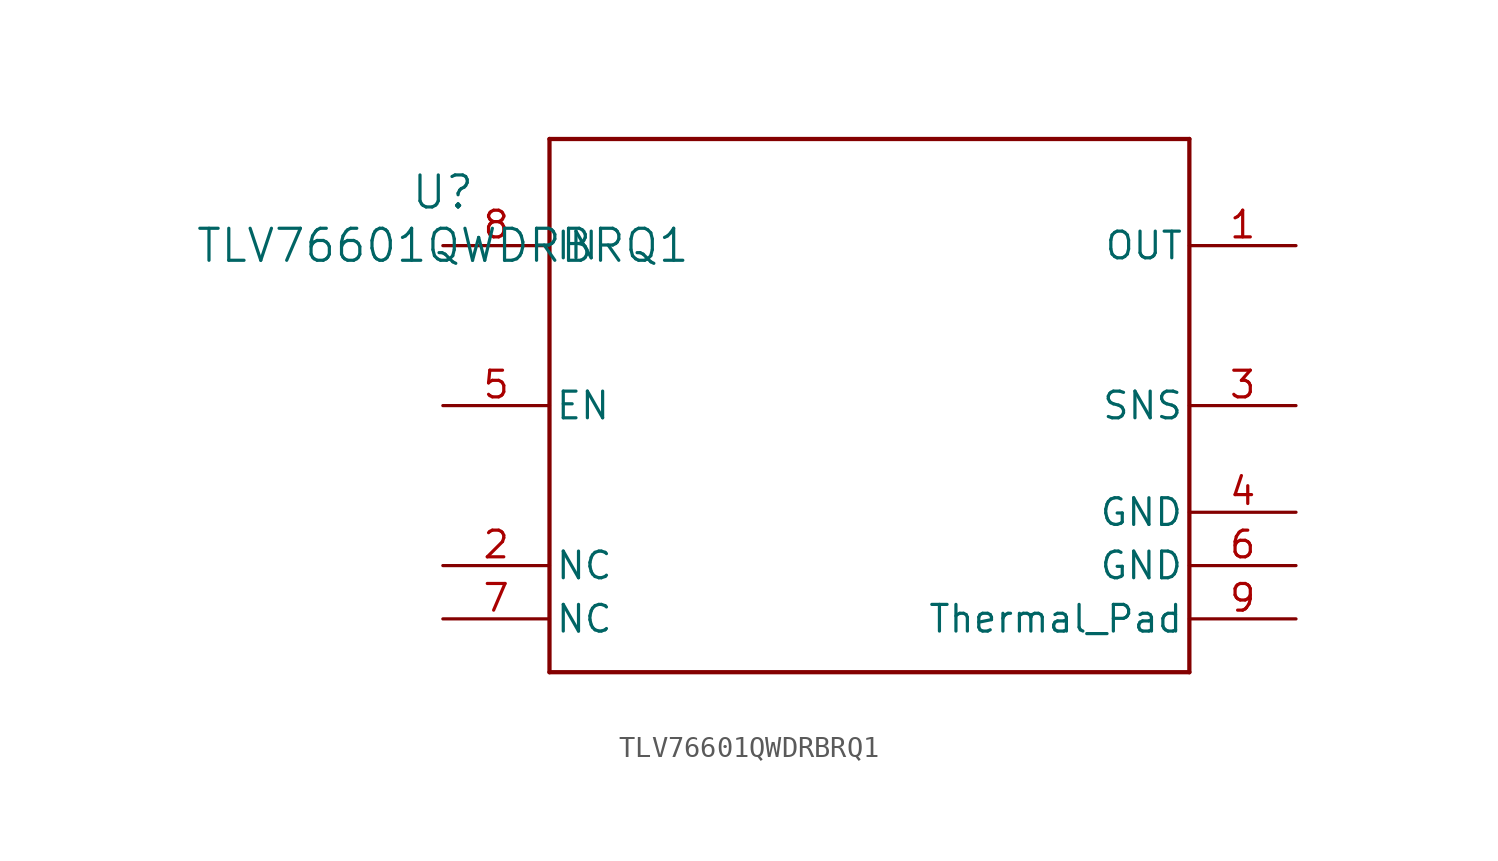
<source format=kicad_sym>
(kicad_symbol_lib
  (version 20211014)
  (generator kicad_symbol_editor)
  (symbol "TLV76601QWDRBRQ1"
    (pin_names
      (offset 0.254))
    (property "Reference" "U"
      (at 0 2.54 0)
      (effects (font (size 1.524 1.524))))
    (property "Value" "TLV76601QWDRBRQ1"
      (at 0 0 0)
      (effects (font (size 1.524 1.524))))
    (symbol "TLV76601QWDRBRQ1_0_1"
      (polyline (pts (xy 5.08 -20.32) (xy 35.56 -20.32)) (stroke (width 0.203) (type default) (color 0 0 0 0)) (fill (type none)))
      (polyline (pts (xy 35.56 -20.32) (xy 35.56 5.08)) (stroke (width 0.203) (type default) (color 0 0 0 0)) (fill (type none)))
      (polyline (pts (xy 35.56 5.08) (xy 5.08 5.08)) (stroke (width 0.203) (type default) (color 0 0 0 0)) (fill (type none)))
      (polyline (pts (xy 5.08 5.08) (xy 5.08 -20.32)) (stroke (width 0.203) (type default) (color 0 0 0 0)) (fill (type none)))
      (pin power_in line (at 40.64 0 180) (length 5.08) (name "OUT" (effects (font (size 1.27 1.27)))) (number "1" (effects (font (size 1.27 1.27)))))
      (pin unspecified line (at 0 -15.24 0) (length 5.08) (name "NC" (effects (font (size 1.27 1.27)))) (number "2" (effects (font (size 1.27 1.27)))))
      (pin unspecified line (at 40.64 -7.62 180) (length 5.08) (name "SNS" (effects (font (size 1.27 1.27)))) (number "3" (effects (font (size 1.27 1.27)))))
      (pin power_in line (at 40.64 -12.7 180) (length 5.08) (name "GND" (effects (font (size 1.27 1.27)))) (number "4" (effects (font (size 1.27 1.27)))))
      (pin input line (at 0 -7.62 0) (length 5.08) (name "EN" (effects (font (size 1.27 1.27)))) (number "5" (effects (font (size 1.27 1.27)))))
      (pin power_in line (at 40.64 -15.24 180) (length 5.08) (name "GND" (effects (font (size 1.27 1.27)))) (number "6" (effects (font (size 1.27 1.27)))))
      (pin unspecified line (at 0 -17.78 0) (length 5.08) (name "NC" (effects (font (size 1.27 1.27)))) (number "7" (effects (font (size 1.27 1.27)))))
      (pin power_in line (at 0 0 0) (length 5.08) (name "IN" (effects (font (size 1.27 1.27)))) (number "8" (effects (font (size 1.27 1.27)))))
      (pin unspecified line (at 40.64 -17.78 180) (length 5.08) (name "Thermal_Pad" (effects (font (size 1.27 1.27)))) (number "9" (effects (font (size 1.27 1.27))))))))
</source>
